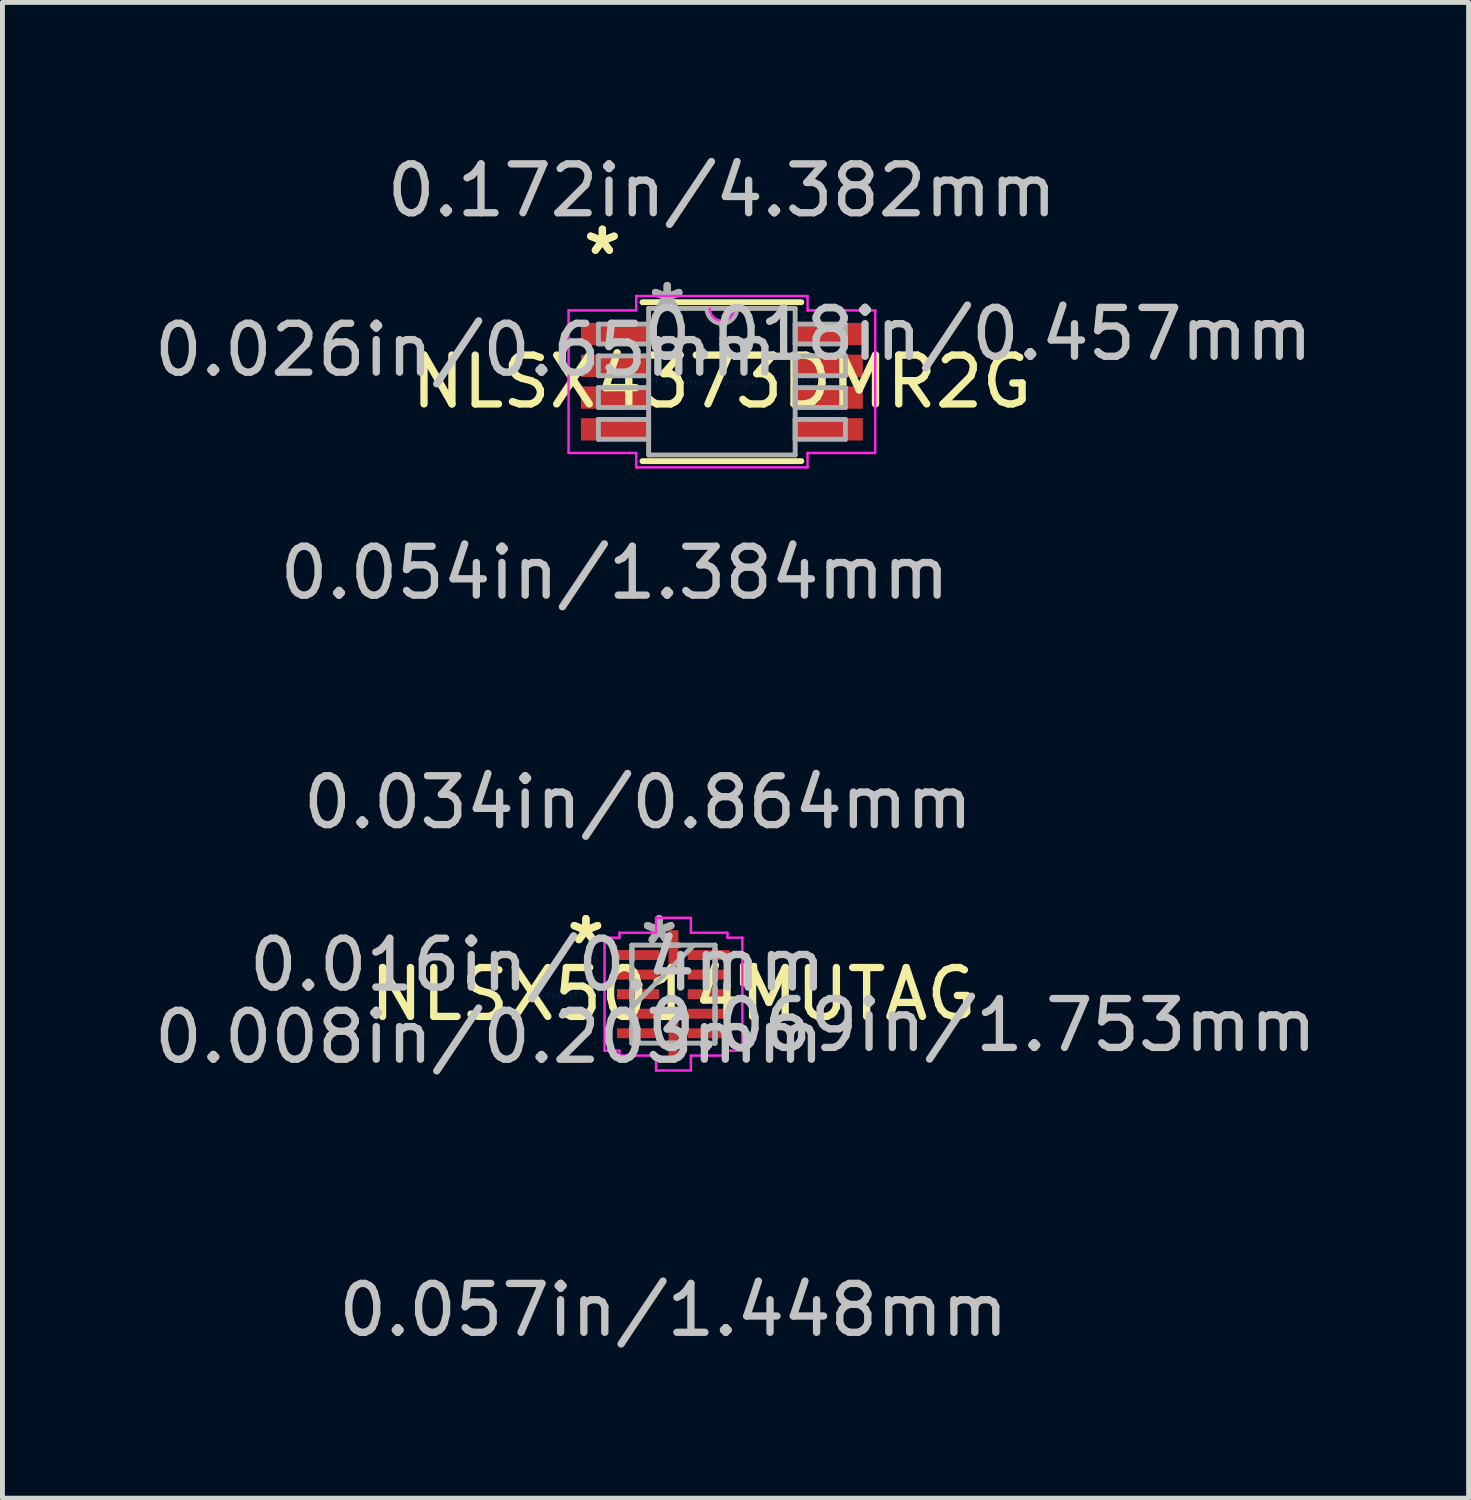
<source format=kicad_pcb>
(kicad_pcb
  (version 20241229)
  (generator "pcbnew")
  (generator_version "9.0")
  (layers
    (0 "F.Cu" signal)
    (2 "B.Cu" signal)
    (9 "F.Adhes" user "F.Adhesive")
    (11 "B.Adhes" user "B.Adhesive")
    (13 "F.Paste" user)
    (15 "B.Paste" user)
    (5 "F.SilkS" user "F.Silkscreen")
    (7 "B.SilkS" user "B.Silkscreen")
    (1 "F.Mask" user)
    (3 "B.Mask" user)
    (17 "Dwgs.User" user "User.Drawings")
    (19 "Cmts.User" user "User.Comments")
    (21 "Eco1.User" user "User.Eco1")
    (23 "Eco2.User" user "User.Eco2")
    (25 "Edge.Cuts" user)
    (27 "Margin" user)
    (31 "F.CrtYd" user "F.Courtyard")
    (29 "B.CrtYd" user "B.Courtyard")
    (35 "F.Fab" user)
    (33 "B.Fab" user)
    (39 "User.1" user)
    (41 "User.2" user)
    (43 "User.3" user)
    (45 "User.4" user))
  (footprint "NLSX5014MUTAG"
    (layer "F.Cu")
    (at 10.73 17.292)
    (property "Reference" "NLSX5014MUTAG" (at 0 0 0) (layer "F.SilkS") (effects (font (size 1 1) (thickness 0.15))))
    (attr through_hole)
    (fp_poly (pts (xy 1.664 -0.59) (xy 1.664 -0.209) (xy 1.41 -0.209) (xy 1.41 -0.59)) (stroke (width 0.1) (type solid)) (fill yes) (layer "F.SilkS"))
    (fp_line (start -1.41 -1.156) (end -1.105 -1.156) (stroke (width 0.05) (type solid)) (layer "F.CrtYd"))
    (fp_line (start -1.41 1.156) (end -1.41 -1.156) (stroke (width 0.05) (type solid)) (layer "F.CrtYd"))
    (fp_line (start -1.105 -1.257) (end -0.356 -1.257) (stroke (width 0.05) (type solid)) (layer "F.CrtYd"))
    (fp_line (start -1.105 -1.156) (end -1.105 -1.257) (stroke (width 0.05) (type solid)) (layer "F.CrtYd"))
    (fp_line (start -1.105 1.156) (end -1.41 1.156) (stroke (width 0.05) (type solid)) (layer "F.CrtYd"))
    (fp_line (start -1.105 1.257) (end -1.105 1.156) (stroke (width 0.05) (type solid)) (layer "F.CrtYd"))
    (fp_line (start -0.356 -1.562) (end 0.356 -1.562) (stroke (width 0.05) (type solid)) (layer "F.CrtYd"))
    (fp_line (start -0.356 -1.257) (end -0.356 -1.562) (stroke (width 0.05) (type solid)) (layer "F.CrtYd"))
    (fp_line (start -0.356 1.257) (end -1.105 1.257) (stroke (width 0.05) (type solid)) (layer "F.CrtYd"))
    (fp_line (start -0.356 1.562) (end -0.356 1.257) (stroke (width 0.05) (type solid)) (layer "F.CrtYd"))
    (fp_line (start 0.356 -1.562) (end 0.356 -1.257) (stroke (width 0.05) (type solid)) (layer "F.CrtYd"))
    (fp_line (start 0.356 -1.257) (end 1.105 -1.257) (stroke (width 0.05) (type solid)) (layer "F.CrtYd"))
    (fp_line (start 0.356 1.257) (end 0.356 1.562) (stroke (width 0.05) (type solid)) (layer "F.CrtYd"))
    (fp_line (start 0.356 1.562) (end -0.356 1.562) (stroke (width 0.05) (type solid)) (layer "F.CrtYd"))
    (fp_line (start 1.105 -1.257) (end 1.105 -1.156) (stroke (width 0.05) (type solid)) (layer "F.CrtYd"))
    (fp_line (start 1.105 -1.156) (end 1.41 -1.156) (stroke (width 0.05) (type solid)) (layer "F.CrtYd"))
    (fp_line (start 1.105 1.156) (end 1.105 1.257) (stroke (width 0.05) (type solid)) (layer "F.CrtYd"))
    (fp_line (start 1.105 1.257) (end 0.356 1.257) (stroke (width 0.05) (type solid)) (layer "F.CrtYd"))
    (fp_line (start 1.41 -1.156) (end 1.41 1.156) (stroke (width 0.05) (type solid)) (layer "F.CrtYd"))
    (fp_line (start 1.41 1.156) (end 1.105 1.156) (stroke (width 0.05) (type solid)) (layer "F.CrtYd"))
    (fp_line (start -0.851 -1.003) (end -0.851 -1.003) (stroke (width 0.1) (type solid)) (layer "F.Fab"))
    (fp_line (start -0.851 -1.003) (end -0.851 1.003) (stroke (width 0.1) (type solid)) (layer "F.Fab"))
    (fp_line (start -0.851 -0.927) (end -0.851 -0.927) (stroke (width 0.1) (type solid)) (layer "F.Fab"))
    (fp_line (start -0.851 -0.927) (end -0.851 -0.673) (stroke (width 0.1) (type solid)) (layer "F.Fab"))
    (fp_line (start -0.851 -0.673) (end -0.851 -0.927) (stroke (width 0.1) (type solid)) (layer "F.Fab"))
    (fp_line (start -0.851 -0.673) (end -0.851 -0.673) (stroke (width 0.1) (type solid)) (layer "F.Fab"))
    (fp_line (start -0.851 -0.527) (end -0.851 -0.527) (stroke (width 0.1) (type solid)) (layer "F.Fab"))
    (fp_line (start -0.851 -0.527) (end -0.851 -0.273) (stroke (width 0.1) (type solid)) (layer "F.Fab"))
    (fp_line (start -0.851 -0.273) (end -0.851 -0.527) (stroke (width 0.1) (type solid)) (layer "F.Fab"))
    (fp_line (start -0.851 -0.273) (end -0.851 -0.273) (stroke (width 0.1) (type solid)) (layer "F.Fab"))
    (fp_line (start -0.851 -0.127) (end -0.851 -0.127) (stroke (width 0.1) (type solid)) (layer "F.Fab"))
    (fp_line (start -0.851 -0.127) (end -0.851 0.127) (stroke (width 0.1) (type solid)) (layer "F.Fab"))
    (fp_line (start -0.851 0.127) (end -0.851 -0.127) (stroke (width 0.1) (type solid)) (layer "F.Fab"))
    (fp_line (start -0.851 0.127) (end -0.851 0.127) (stroke (width 0.1) (type solid)) (layer "F.Fab"))
    (fp_line (start -0.851 0.267) (end 0.419 -1.003) (stroke (width 0.1) (type solid)) (layer "F.Fab"))
    (fp_line (start -0.851 0.273) (end -0.851 0.273) (stroke (width 0.1) (type solid)) (layer "F.Fab"))
    (fp_line (start -0.851 0.273) (end -0.851 0.527) (stroke (width 0.1) (type solid)) (layer "F.Fab"))
    (fp_line (start -0.851 0.527) (end -0.851 0.273) (stroke (width 0.1) (type solid)) (layer "F.Fab"))
    (fp_line (start -0.851 0.527) (end -0.851 0.527) (stroke (width 0.1) (type solid)) (layer "F.Fab"))
    (fp_line (start -0.851 0.673) (end -0.851 0.673) (stroke (width 0.1) (type solid)) (layer "F.Fab"))
    (fp_line (start -0.851 0.673) (end -0.851 0.927) (stroke (width 0.1) (type solid)) (layer "F.Fab"))
    (fp_line (start -0.851 0.927) (end -0.851 0.673) (stroke (width 0.1) (type solid)) (layer "F.Fab"))
    (fp_line (start -0.851 0.927) (end -0.851 0.927) (stroke (width 0.1) (type solid)) (layer "F.Fab"))
    (fp_line (start -0.851 1.003) (end -0.851 1.003) (stroke (width 0.1) (type solid)) (layer "F.Fab"))
    (fp_line (start -0.851 1.003) (end 0.851 1.003) (stroke (width 0.1) (type solid)) (layer "F.Fab"))
    (fp_line (start -0.127 -1.003) (end -0.127 -1.003) (stroke (width 0.1) (type solid)) (layer "F.Fab"))
    (fp_line (start -0.127 -1.003) (end 0.127 -1.003) (stroke (width 0.1) (type solid)) (layer "F.Fab"))
    (fp_line (start -0.127 1.003) (end -0.127 1.003) (stroke (width 0.1) (type solid)) (layer "F.Fab"))
    (fp_line (start -0.127 1.003) (end 0.127 1.003) (stroke (width 0.1) (type solid)) (layer "F.Fab"))
    (fp_line (start 0.127 -1.003) (end -0.127 -1.003) (stroke (width 0.1) (type solid)) (layer "F.Fab"))
    (fp_line (start 0.127 -1.003) (end 0.127 -1.003) (stroke (width 0.1) (type solid)) (layer "F.Fab"))
    (fp_line (start 0.127 1.003) (end -0.127 1.003) (stroke (width 0.1) (type solid)) (layer "F.Fab"))
    (fp_line (start 0.127 1.003) (end 0.127 1.003) (stroke (width 0.1) (type solid)) (layer "F.Fab"))
    (fp_line (start 0.851 -1.003) (end -0.851 -1.003) (stroke (width 0.1) (type solid)) (layer "F.Fab"))
    (fp_line (start 0.851 -1.003) (end 0.851 -1.003) (stroke (width 0.1) (type solid)) (layer "F.Fab"))
    (fp_line (start 0.851 -0.927) (end 0.851 -0.927) (stroke (width 0.1) (type solid)) (layer "F.Fab"))
    (fp_line (start 0.851 -0.927) (end 0.851 -0.673) (stroke (width 0.1) (type solid)) (layer "F.Fab"))
    (fp_line (start 0.851 -0.673) (end 0.851 -0.927) (stroke (width 0.1) (type solid)) (layer "F.Fab"))
    (fp_line (start 0.851 -0.673) (end 0.851 -0.673) (stroke (width 0.1) (type solid)) (layer "F.Fab"))
    (fp_line (start 0.851 -0.527) (end 0.851 -0.527) (stroke (width 0.1) (type solid)) (layer "F.Fab"))
    (fp_line (start 0.851 -0.527) (end 0.851 -0.273) (stroke (width 0.1) (type solid)) (layer "F.Fab"))
    (fp_line (start 0.851 -0.273) (end 0.851 -0.527) (stroke (width 0.1) (type solid)) (layer "F.Fab"))
    (fp_line (start 0.851 -0.273) (end 0.851 -0.273) (stroke (width 0.1) (type solid)) (layer "F.Fab"))
    (fp_line (start 0.851 -0.127) (end 0.851 -0.127) (stroke (width 0.1) (type solid)) (layer "F.Fab"))
    (fp_line (start 0.851 -0.127) (end 0.851 0.127) (stroke (width 0.1) (type solid)) (layer "F.Fab"))
    (fp_line (start 0.851 0.127) (end 0.851 -0.127) (stroke (width 0.1) (type solid)) (layer "F.Fab"))
    (fp_line (start 0.851 0.127) (end 0.851 0.127) (stroke (width 0.1) (type solid)) (layer "F.Fab"))
    (fp_line (start 0.851 0.273) (end 0.851 0.273) (stroke (width 0.1) (type solid)) (layer "F.Fab"))
    (fp_line (start 0.851 0.273) (end 0.851 0.527) (stroke (width 0.1) (type solid)) (layer "F.Fab"))
    (fp_line (start 0.851 0.527) (end 0.851 0.273) (stroke (width 0.1) (type solid)) (layer "F.Fab"))
    (fp_line (start 0.851 0.527) (end 0.851 0.527) (stroke (width 0.1) (type solid)) (layer "F.Fab"))
    (fp_line (start 0.851 0.673) (end 0.851 0.673) (stroke (width 0.1) (type solid)) (layer "F.Fab"))
    (fp_line (start 0.851 0.673) (end 0.851 0.927) (stroke (width 0.1) (type solid)) (layer "F.Fab"))
    (fp_line (start 0.851 0.927) (end 0.851 0.673) (stroke (width 0.1) (type solid)) (layer "F.Fab"))
    (fp_line (start 0.851 0.927) (end 0.851 0.927) (stroke (width 0.1) (type solid)) (layer "F.Fab"))
    (fp_line (start 0.851 1.003) (end 0.851 -1.003) (stroke (width 0.1) (type solid)) (layer "F.Fab"))
    (fp_line (start 0.851 1.003) (end 0.851 1.003) (stroke (width 0.1) (type solid)) (layer "F.Fab"))
    (fp_text user "*" (at -1.791 -1 0) (layer "F.SilkS") (effects (font (size 1 1) (thickness 0.15))))
    (fp_text user "*" (at -1.791 -1 0) (layer "F.SilkS") (effects (font (size 1 1) (thickness 0.15))))
    (fp_text user "0.034in/0.864mm" (at -0.724 -3.924 0) (layer "Dwgs.User") (effects (font (size 1 1) (thickness 0.15))))
    (fp_text user "0.008in/0.203mm" (at -3.772 0.876 0) (layer "Dwgs.User") (effects (font (size 1 1) (thickness 0.15))))
    (fp_text user "0.016in/0.4mm" (at -2.781 -0.6 0) (layer "Dwgs.User") (effects (font (size 1 1) (thickness 0.15))))
    (fp_text user "0.057in/1.448mm" (at 0 6.464 0) (layer "Dwgs.User") (effects (font (size 1 1) (thickness 0.15))))
    (fp_text user "0.069in/1.753mm" (at 6.312 0.635 0) (layer "Dwgs.User") (effects (font (size 1 1) (thickness 0.15))))
    (fp_text user "Copyright 2021 Accelerated Designs. All rights reserved." (at 0 0 0) (layer "Cmts.User") (effects (font (size 0.127 0.127) (thickness 0.002))))
    (fp_text user "*" (at -0.292 -1 0) (layer "F.Fab") (effects (font (size 1 1) (thickness 0.15))))
    (fp_text user "*" (at -0.292 -1 0) (layer "F.Fab") (effects (font (size 1 1) (thickness 0.15))))
    (pad "1" smd rect (at -0.724 -0.8 90) (size 0.203 0.864) (layers "F.Cu" "F.Mask" "F.Paste"))
    (pad "2" smd rect (at -0.724 -0.4 90) (size 0.203 0.864) (layers "F.Cu" "F.Mask" "F.Paste"))
    (pad "3" smd rect (at -0.724 0 90) (size 0.203 0.864) (layers "F.Cu" "F.Mask" "F.Paste"))
    (pad "4" smd rect (at -0.724 0.4 90) (size 0.203 0.864) (layers "F.Cu" "F.Mask" "F.Paste"))
    (pad "5" smd rect (at -0.724 0.8 90) (size 0.203 0.864) (layers "F.Cu" "F.Mask" "F.Paste"))
    (pad "6" smd rect (at 0 0.876) (size 0.203 0.864) (layers "F.Cu" "F.Mask" "F.Paste"))
    (pad "7" smd rect (at 0.724 0.8 90) (size 0.203 0.864) (layers "F.Cu" "F.Mask" "F.Paste"))
    (pad "8" smd rect (at 0.724 0.4 90) (size 0.203 0.864) (layers "F.Cu" "F.Mask" "F.Paste"))
    (pad "9" smd rect (at 0.724 0 90) (size 0.203 0.864) (layers "F.Cu" "F.Mask" "F.Paste"))
    (pad "10" smd rect (at 0.724 -0.4 90) (size 0.203 0.864) (layers "F.Cu" "F.Mask" "F.Paste"))
    (pad "11" smd rect (at 0.724 -0.8 90) (size 0.203 0.864) (layers "F.Cu" "F.Mask" "F.Paste"))
    (pad "12" smd rect (at 0 -0.876) (size 0.203 0.864) (layers "F.Cu" "F.Mask" "F.Paste")))
  (footprint "NLSX4373DMR2G"
    (layer "F.Cu")
    (at 11.721 4.76)
    (property "Reference" "NLSX4373DMR2G" (at 0 0 0) (layer "F.SilkS") (effects (font (size 1 1) (thickness 0.15))))
    (attr through_hole)
    (fp_line (start -1.626 1.626) (end 1.626 1.626) (stroke (width 0.12) (type solid)) (layer "F.SilkS"))
    (fp_line (start 1.626 -1.626) (end -1.626 -1.626) (stroke (width 0.12) (type solid)) (layer "F.SilkS"))
    (fp_line (start -3.137 -1.458) (end -1.753 -1.458) (stroke (width 0.05) (type solid)) (layer "F.CrtYd"))
    (fp_line (start -3.137 1.458) (end -3.137 -1.458) (stroke (width 0.05) (type solid)) (layer "F.CrtYd"))
    (fp_line (start -1.753 -1.753) (end 1.753 -1.753) (stroke (width 0.05) (type solid)) (layer "F.CrtYd"))
    (fp_line (start -1.753 -1.458) (end -1.753 -1.753) (stroke (width 0.05) (type solid)) (layer "F.CrtYd"))
    (fp_line (start -1.753 1.458) (end -3.137 1.458) (stroke (width 0.05) (type solid)) (layer "F.CrtYd"))
    (fp_line (start -1.753 1.753) (end -1.753 1.458) (stroke (width 0.05) (type solid)) (layer "F.CrtYd"))
    (fp_line (start 1.753 -1.753) (end 1.753 -1.458) (stroke (width 0.05) (type solid)) (layer "F.CrtYd"))
    (fp_line (start 1.753 -1.458) (end 3.137 -1.458) (stroke (width 0.05) (type solid)) (layer "F.CrtYd"))
    (fp_line (start 1.753 1.458) (end 1.753 1.753) (stroke (width 0.05) (type solid)) (layer "F.CrtYd"))
    (fp_line (start 1.753 1.753) (end -1.753 1.753) (stroke (width 0.05) (type solid)) (layer "F.CrtYd"))
    (fp_line (start 3.137 -1.458) (end 3.137 1.458) (stroke (width 0.05) (type solid)) (layer "F.CrtYd"))
    (fp_line (start 3.137 1.458) (end 1.753 1.458) (stroke (width 0.05) (type solid)) (layer "F.CrtYd"))
    (fp_arc (start 0.249767 -1.4986) (mid 0 -1.248833) (end -0.249767 -1.4986) (stroke (width 0.05) (type solid)) (layer "F.CrtYd"))
    (fp_line (start -2.527 -1.178) (end -2.527 -0.772) (stroke (width 0.1) (type solid)) (layer "F.Fab"))
    (fp_line (start -2.527 -0.772) (end -1.499 -0.772) (stroke (width 0.1) (type solid)) (layer "F.Fab"))
    (fp_line (start -2.527 -0.528) (end -2.527 -0.122) (stroke (width 0.1) (type solid)) (layer "F.Fab"))
    (fp_line (start -2.527 -0.122) (end -1.499 -0.122) (stroke (width 0.1) (type solid)) (layer "F.Fab"))
    (fp_line (start -2.527 0.122) (end -2.527 0.528) (stroke (width 0.1) (type solid)) (layer "F.Fab"))
    (fp_line (start -2.527 0.528) (end -1.499 0.528) (stroke (width 0.1) (type solid)) (layer "F.Fab"))
    (fp_line (start -2.527 0.772) (end -2.527 1.178) (stroke (width 0.1) (type solid)) (layer "F.Fab"))
    (fp_line (start -2.527 1.178) (end -1.499 1.178) (stroke (width 0.1) (type solid)) (layer "F.Fab"))
    (fp_line (start -1.499 -1.499) (end -1.499 1.499) (stroke (width 0.1) (type solid)) (layer "F.Fab"))
    (fp_line (start -1.499 -1.178) (end -2.527 -1.178) (stroke (width 0.1) (type solid)) (layer "F.Fab"))
    (fp_line (start -1.499 -0.772) (end -1.499 -1.178) (stroke (width 0.1) (type solid)) (layer "F.Fab"))
    (fp_line (start -1.499 -0.528) (end -2.527 -0.528) (stroke (width 0.1) (type solid)) (layer "F.Fab"))
    (fp_line (start -1.499 -0.122) (end -1.499 -0.528) (stroke (width 0.1) (type solid)) (layer "F.Fab"))
    (fp_line (start -1.499 0.122) (end -2.527 0.122) (stroke (width 0.1) (type solid)) (layer "F.Fab"))
    (fp_line (start -1.499 0.528) (end -1.499 0.122) (stroke (width 0.1) (type solid)) (layer "F.Fab"))
    (fp_line (start -1.499 0.772) (end -2.527 0.772) (stroke (width 0.1) (type solid)) (layer "F.Fab"))
    (fp_line (start -1.499 1.178) (end -1.499 0.772) (stroke (width 0.1) (type solid)) (layer "F.Fab"))
    (fp_line (start -1.499 1.499) (end 1.499 1.499) (stroke (width 0.1) (type solid)) (layer "F.Fab"))
    (fp_line (start 1.499 -1.499) (end -1.499 -1.499) (stroke (width 0.1) (type solid)) (layer "F.Fab"))
    (fp_line (start 1.499 -1.178) (end 1.499 -0.772) (stroke (width 0.1) (type solid)) (layer "F.Fab"))
    (fp_line (start 1.499 -0.772) (end 2.527 -0.772) (stroke (width 0.1) (type solid)) (layer "F.Fab"))
    (fp_line (start 1.499 -0.528) (end 1.499 -0.122) (stroke (width 0.1) (type solid)) (layer "F.Fab"))
    (fp_line (start 1.499 -0.122) (end 2.527 -0.122) (stroke (width 0.1) (type solid)) (layer "F.Fab"))
    (fp_line (start 1.499 0.122) (end 1.499 0.528) (stroke (width 0.1) (type solid)) (layer "F.Fab"))
    (fp_line (start 1.499 0.528) (end 2.527 0.528) (stroke (width 0.1) (type solid)) (layer "F.Fab"))
    (fp_line (start 1.499 0.772) (end 1.499 1.178) (stroke (width 0.1) (type solid)) (layer "F.Fab"))
    (fp_line (start 1.499 1.178) (end 2.527 1.178) (stroke (width 0.1) (type solid)) (layer "F.Fab"))
    (fp_line (start 1.499 1.499) (end 1.499 -1.499) (stroke (width 0.1) (type solid)) (layer "F.Fab"))
    (fp_line (start 2.527 -1.178) (end 1.499 -1.178) (stroke (width 0.1) (type solid)) (layer "F.Fab"))
    (fp_line (start 2.527 -0.772) (end 2.527 -1.178) (stroke (width 0.1) (type solid)) (layer "F.Fab"))
    (fp_line (start 2.527 -0.528) (end 1.499 -0.528) (stroke (width 0.1) (type solid)) (layer "F.Fab"))
    (fp_line (start 2.527 -0.122) (end 2.527 -0.528) (stroke (width 0.1) (type solid)) (layer "F.Fab"))
    (fp_line (start 2.527 0.122) (end 1.499 0.122) (stroke (width 0.1) (type solid)) (layer "F.Fab"))
    (fp_line (start 2.527 0.528) (end 2.527 0.122) (stroke (width 0.1) (type solid)) (layer "F.Fab"))
    (fp_line (start 2.527 0.772) (end 1.499 0.772) (stroke (width 0.1) (type solid)) (layer "F.Fab"))
    (fp_line (start 2.527 1.178) (end 2.527 0.772) (stroke (width 0.1) (type solid)) (layer "F.Fab"))
    (fp_arc (start 0.3048 -1.4986) (mid 0 -1.1938) (end -0.3048 -1.4986) (stroke (width 0.1) (type solid)) (layer "F.Fab"))
    (fp_text user "*" (at -2.445 -2.575 0) (layer "F.SilkS") (effects (font (size 1 1) (thickness 0.15))))
    (fp_text user "*" (at -2.445 -2.575 0) (layer "F.SilkS") (effects (font (size 1 1) (thickness 0.15))))
    (fp_text user "0.172in/4.382mm" (at 0 -3.912 0) (layer "Dwgs.User") (effects (font (size 1 1) (thickness 0.15))))
    (fp_text user "0.054in/1.384mm" (at -2.191 3.912 0) (layer "Dwgs.User") (effects (font (size 1 1) (thickness 0.15))))
    (fp_text user "0.026in/0.65mm" (at -5.239 -0.65 0) (layer "Dwgs.User") (effects (font (size 1 1) (thickness 0.15))))
    (fp_text user "0.018in/0.457mm" (at 5.239 -0.975 0) (layer "Dwgs.User") (effects (font (size 1 1) (thickness 0.15))))
    (fp_text user "Copyright 2021 Accelerated Designs. All rights reserved." (at 0 0 0) (layer "Cmts.User") (effects (font (size 0.127 0.127) (thickness 0.002))))
    (fp_text user "*" (at -1.118 -1.422 0) (layer "F.Fab") (effects (font (size 1 1) (thickness 0.15))))
    (fp_text user "*" (at -1.118 -1.422 0) (layer "F.Fab") (effects (font (size 1 1) (thickness 0.15))))
    (pad "1" smd rect (at -2.191 -0.975) (size 1.384 0.457) (layers "F.Cu" "F.Mask" "F.Paste"))
    (pad "2" smd rect (at -2.191 -0.325) (size 1.384 0.457) (layers "F.Cu" "F.Mask" "F.Paste"))
    (pad "3" smd rect (at -2.191 0.325) (size 1.384 0.457) (layers "F.Cu" "F.Mask" "F.Paste"))
    (pad "4" smd rect (at -2.191 0.975) (size 1.384 0.457) (layers "F.Cu" "F.Mask" "F.Paste"))
    (pad "5" smd rect (at 2.191 0.975) (size 1.384 0.457) (layers "F.Cu" "F.Mask" "F.Paste"))
    (pad "6" smd rect (at 2.191 0.325) (size 1.384 0.457) (layers "F.Cu" "F.Mask" "F.Paste"))
    (pad "7" smd rect (at 2.191 -0.325) (size 1.384 0.457) (layers "F.Cu" "F.Mask" "F.Paste"))
    (pad "8" smd rect (at 2.191 -0.975) (size 1.384 0.457) (layers "F.Cu" "F.Mask" "F.Paste")))
  (gr_rect
    (start -3 -3)
    (end 27 27.605)
    (stroke (width 0.1) (type default))
    (fill no)
    (layer "Edge.Cuts")))
</source>
